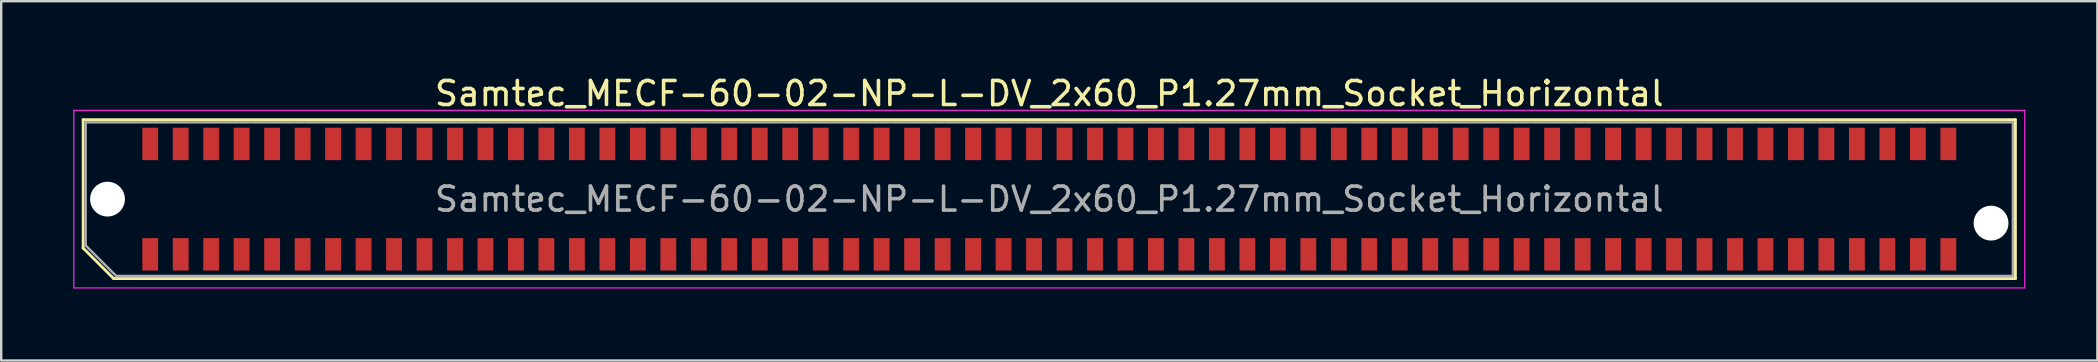
<source format=kicad_pcb>
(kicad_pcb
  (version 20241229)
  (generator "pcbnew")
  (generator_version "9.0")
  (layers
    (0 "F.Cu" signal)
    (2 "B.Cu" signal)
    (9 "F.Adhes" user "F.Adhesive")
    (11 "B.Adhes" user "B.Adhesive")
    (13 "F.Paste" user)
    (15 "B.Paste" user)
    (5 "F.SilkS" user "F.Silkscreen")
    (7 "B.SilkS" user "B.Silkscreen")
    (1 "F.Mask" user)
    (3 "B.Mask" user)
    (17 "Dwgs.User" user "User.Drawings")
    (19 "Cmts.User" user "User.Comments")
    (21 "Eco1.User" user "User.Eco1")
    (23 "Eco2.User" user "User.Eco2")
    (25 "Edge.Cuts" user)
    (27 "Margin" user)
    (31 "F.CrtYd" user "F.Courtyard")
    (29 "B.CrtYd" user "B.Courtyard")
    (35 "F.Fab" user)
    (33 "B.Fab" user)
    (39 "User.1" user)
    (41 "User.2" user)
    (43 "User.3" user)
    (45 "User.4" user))
  (footprint "Samtec_MECF-60-02-NP-L-DV_2x60_P1.27mm_Socket_Horizontal"
    (layer "F.Cu")
    (at 40.675 5.248)
    (property "Reference" "Samtec_MECF-60-02-NP-L-DV_2x60_P1.27mm_Socket_Horizontal" (at 0 -4.4 0) (layer "F.SilkS") (effects (font (size 1 1) (thickness 0.15))))
    (attr smd)
    (fp_line (start -40.26 -3.31) (end 40.26 -3.31) (stroke (width 0.12) (type solid)) (layer "F.SilkS"))
    (fp_line (start -40.26 2.04) (end -40.26 -3.31) (stroke (width 0.12) (type solid)) (layer "F.SilkS"))
    (fp_line (start -38.99 3.31) (end -40.26 2.04) (stroke (width 0.12) (type solid)) (layer "F.SilkS"))
    (fp_line (start -38.99 3.31) (end 40.26 3.31) (stroke (width 0.12) (type solid)) (layer "F.SilkS"))
    (fp_line (start 40.26 3.31) (end 40.26 -3.31) (stroke (width 0.12) (type solid)) (layer "F.SilkS"))
    (fp_line (start -40.65 -3.7) (end -40.65 3.7) (stroke (width 0.05) (type solid)) (layer "F.CrtYd"))
    (fp_line (start -40.65 3.7) (end 40.65 3.7) (stroke (width 0.05) (type solid)) (layer "F.CrtYd"))
    (fp_line (start 40.65 -3.7) (end -40.65 -3.7) (stroke (width 0.05) (type solid)) (layer "F.CrtYd"))
    (fp_line (start 40.65 3.7) (end 40.65 -3.7) (stroke (width 0.05) (type solid)) (layer "F.CrtYd"))
    (fp_line (start -40.155 -3.2) (end 40.155 -3.2) (stroke (width 0.1) (type solid)) (layer "F.Fab"))
    (fp_line (start -40.155 1.93) (end -40.155 -3.2) (stroke (width 0.1) (type solid)) (layer "F.Fab"))
    (fp_line (start -40.155 1.93) (end -38.885 3.2) (stroke (width 0.1) (type solid)) (layer "F.Fab"))
    (fp_line (start -38.885 3.2) (end 40.155 3.2) (stroke (width 0.1) (type solid)) (layer "F.Fab"))
    (fp_line (start 40.155 3.2) (end 40.155 -3.2) (stroke (width 0.1) (type solid)) (layer "F.Fab"))
    (fp_text user "${REFERENCE}" (at 0 0 0) (layer "F.Fab") (effects (font (size 1 1) (thickness 0.15))))
    (pad "" np_thru_hole circle (at -39.245 0) (size 1.45 1.45) (drill 1.45) (layers "*.Cu" "*.Mask"))
    (pad "" np_thru_hole circle (at 39.245 1) (size 1.45 1.45) (drill 1.45) (layers "*.Cu" "*.Mask"))
    (pad "1" smd rect (at -37.465 2.3) (size 0.66 1.35) (layers "F.Cu" "F.Mask" "F.Paste"))
    (pad "2" smd rect (at -37.465 -2.3) (size 0.66 1.35) (layers "F.Cu" "F.Mask" "F.Paste"))
    (pad "3" smd rect (at -36.195 2.3) (size 0.66 1.35) (layers "F.Cu" "F.Mask" "F.Paste"))
    (pad "4" smd rect (at -36.195 -2.3) (size 0.66 1.35) (layers "F.Cu" "F.Mask" "F.Paste"))
    (pad "5" smd rect (at -34.925 2.3) (size 0.66 1.35) (layers "F.Cu" "F.Mask" "F.Paste"))
    (pad "6" smd rect (at -34.925 -2.3) (size 0.66 1.35) (layers "F.Cu" "F.Mask" "F.Paste"))
    (pad "7" smd rect (at -33.655 2.3) (size 0.66 1.35) (layers "F.Cu" "F.Mask" "F.Paste"))
    (pad "8" smd rect (at -33.655 -2.3) (size 0.66 1.35) (layers "F.Cu" "F.Mask" "F.Paste"))
    (pad "9" smd rect (at -32.385 2.3) (size 0.66 1.35) (layers "F.Cu" "F.Mask" "F.Paste"))
    (pad "10" smd rect (at -32.385 -2.3) (size 0.66 1.35) (layers "F.Cu" "F.Mask" "F.Paste"))
    (pad "11" smd rect (at -31.115 2.3) (size 0.66 1.35) (layers "F.Cu" "F.Mask" "F.Paste"))
    (pad "12" smd rect (at -31.115 -2.3) (size 0.66 1.35) (layers "F.Cu" "F.Mask" "F.Paste"))
    (pad "13" smd rect (at -29.845 2.3) (size 0.66 1.35) (layers "F.Cu" "F.Mask" "F.Paste"))
    (pad "14" smd rect (at -29.845 -2.3) (size 0.66 1.35) (layers "F.Cu" "F.Mask" "F.Paste"))
    (pad "15" smd rect (at -28.575 2.3) (size 0.66 1.35) (layers "F.Cu" "F.Mask" "F.Paste"))
    (pad "16" smd rect (at -28.575 -2.3) (size 0.66 1.35) (layers "F.Cu" "F.Mask" "F.Paste"))
    (pad "17" smd rect (at -27.305 2.3) (size 0.66 1.35) (layers "F.Cu" "F.Mask" "F.Paste"))
    (pad "18" smd rect (at -27.305 -2.3) (size 0.66 1.35) (layers "F.Cu" "F.Mask" "F.Paste"))
    (pad "19" smd rect (at -26.035 2.3) (size 0.66 1.35) (layers "F.Cu" "F.Mask" "F.Paste"))
    (pad "20" smd rect (at -26.035 -2.3) (size 0.66 1.35) (layers "F.Cu" "F.Mask" "F.Paste"))
    (pad "21" smd rect (at -24.765 2.3) (size 0.66 1.35) (layers "F.Cu" "F.Mask" "F.Paste"))
    (pad "22" smd rect (at -24.765 -2.3) (size 0.66 1.35) (layers "F.Cu" "F.Mask" "F.Paste"))
    (pad "23" smd rect (at -23.495 2.3) (size 0.66 1.35) (layers "F.Cu" "F.Mask" "F.Paste"))
    (pad "24" smd rect (at -23.495 -2.3) (size 0.66 1.35) (layers "F.Cu" "F.Mask" "F.Paste"))
    (pad "25" smd rect (at -22.225 2.3) (size 0.66 1.35) (layers "F.Cu" "F.Mask" "F.Paste"))
    (pad "26" smd rect (at -22.225 -2.3) (size 0.66 1.35) (layers "F.Cu" "F.Mask" "F.Paste"))
    (pad "27" smd rect (at -20.955 2.3) (size 0.66 1.35) (layers "F.Cu" "F.Mask" "F.Paste"))
    (pad "28" smd rect (at -20.955 -2.3) (size 0.66 1.35) (layers "F.Cu" "F.Mask" "F.Paste"))
    (pad "29" smd rect (at -19.685 2.3) (size 0.66 1.35) (layers "F.Cu" "F.Mask" "F.Paste"))
    (pad "30" smd rect (at -19.685 -2.3) (size 0.66 1.35) (layers "F.Cu" "F.Mask" "F.Paste"))
    (pad "31" smd rect (at -18.415 2.3) (size 0.66 1.35) (layers "F.Cu" "F.Mask" "F.Paste"))
    (pad "32" smd rect (at -18.415 -2.3) (size 0.66 1.35) (layers "F.Cu" "F.Mask" "F.Paste"))
    (pad "33" smd rect (at -17.145 2.3) (size 0.66 1.35) (layers "F.Cu" "F.Mask" "F.Paste"))
    (pad "34" smd rect (at -17.145 -2.3) (size 0.66 1.35) (layers "F.Cu" "F.Mask" "F.Paste"))
    (pad "35" smd rect (at -15.875 2.3) (size 0.66 1.35) (layers "F.Cu" "F.Mask" "F.Paste"))
    (pad "36" smd rect (at -15.875 -2.3) (size 0.66 1.35) (layers "F.Cu" "F.Mask" "F.Paste"))
    (pad "37" smd rect (at -14.605 2.3) (size 0.66 1.35) (layers "F.Cu" "F.Mask" "F.Paste"))
    (pad "38" smd rect (at -14.605 -2.3) (size 0.66 1.35) (layers "F.Cu" "F.Mask" "F.Paste"))
    (pad "39" smd rect (at -13.335 2.3) (size 0.66 1.35) (layers "F.Cu" "F.Mask" "F.Paste"))
    (pad "40" smd rect (at -13.335 -2.3) (size 0.66 1.35) (layers "F.Cu" "F.Mask" "F.Paste"))
    (pad "41" smd rect (at -12.065 2.3) (size 0.66 1.35) (layers "F.Cu" "F.Mask" "F.Paste"))
    (pad "42" smd rect (at -12.065 -2.3) (size 0.66 1.35) (layers "F.Cu" "F.Mask" "F.Paste"))
    (pad "43" smd rect (at -10.795 2.3) (size 0.66 1.35) (layers "F.Cu" "F.Mask" "F.Paste"))
    (pad "44" smd rect (at -10.795 -2.3) (size 0.66 1.35) (layers "F.Cu" "F.Mask" "F.Paste"))
    (pad "45" smd rect (at -9.525 2.3) (size 0.66 1.35) (layers "F.Cu" "F.Mask" "F.Paste"))
    (pad "46" smd rect (at -9.525 -2.3) (size 0.66 1.35) (layers "F.Cu" "F.Mask" "F.Paste"))
    (pad "47" smd rect (at -8.255 2.3) (size 0.66 1.35) (layers "F.Cu" "F.Mask" "F.Paste"))
    (pad "48" smd rect (at -8.255 -2.3) (size 0.66 1.35) (layers "F.Cu" "F.Mask" "F.Paste"))
    (pad "49" smd rect (at -6.985 2.3) (size 0.66 1.35) (layers "F.Cu" "F.Mask" "F.Paste"))
    (pad "50" smd rect (at -6.985 -2.3) (size 0.66 1.35) (layers "F.Cu" "F.Mask" "F.Paste"))
    (pad "51" smd rect (at -5.715 2.3) (size 0.66 1.35) (layers "F.Cu" "F.Mask" "F.Paste"))
    (pad "52" smd rect (at -5.715 -2.3) (size 0.66 1.35) (layers "F.Cu" "F.Mask" "F.Paste"))
    (pad "53" smd rect (at -4.445 2.3) (size 0.66 1.35) (layers "F.Cu" "F.Mask" "F.Paste"))
    (pad "54" smd rect (at -4.445 -2.3) (size 0.66 1.35) (layers "F.Cu" "F.Mask" "F.Paste"))
    (pad "55" smd rect (at -3.175 2.3) (size 0.66 1.35) (layers "F.Cu" "F.Mask" "F.Paste"))
    (pad "56" smd rect (at -3.175 -2.3) (size 0.66 1.35) (layers "F.Cu" "F.Mask" "F.Paste"))
    (pad "57" smd rect (at -1.905 2.3) (size 0.66 1.35) (layers "F.Cu" "F.Mask" "F.Paste"))
    (pad "58" smd rect (at -1.905 -2.3) (size 0.66 1.35) (layers "F.Cu" "F.Mask" "F.Paste"))
    (pad "59" smd rect (at -0.635 2.3) (size 0.66 1.35) (layers "F.Cu" "F.Mask" "F.Paste"))
    (pad "60" smd rect (at -0.635 -2.3) (size 0.66 1.35) (layers "F.Cu" "F.Mask" "F.Paste"))
    (pad "61" smd rect (at 0.635 2.3) (size 0.66 1.35) (layers "F.Cu" "F.Mask" "F.Paste"))
    (pad "62" smd rect (at 0.635 -2.3) (size 0.66 1.35) (layers "F.Cu" "F.Mask" "F.Paste"))
    (pad "63" smd rect (at 1.905 2.3) (size 0.66 1.35) (layers "F.Cu" "F.Mask" "F.Paste"))
    (pad "64" smd rect (at 1.905 -2.3) (size 0.66 1.35) (layers "F.Cu" "F.Mask" "F.Paste"))
    (pad "65" smd rect (at 3.175 2.3) (size 0.66 1.35) (layers "F.Cu" "F.Mask" "F.Paste"))
    (pad "66" smd rect (at 3.175 -2.3) (size 0.66 1.35) (layers "F.Cu" "F.Mask" "F.Paste"))
    (pad "67" smd rect (at 4.445 2.3) (size 0.66 1.35) (layers "F.Cu" "F.Mask" "F.Paste"))
    (pad "68" smd rect (at 4.445 -2.3) (size 0.66 1.35) (layers "F.Cu" "F.Mask" "F.Paste"))
    (pad "69" smd rect (at 5.715 2.3) (size 0.66 1.35) (layers "F.Cu" "F.Mask" "F.Paste"))
    (pad "70" smd rect (at 5.715 -2.3) (size 0.66 1.35) (layers "F.Cu" "F.Mask" "F.Paste"))
    (pad "71" smd rect (at 6.985 2.3) (size 0.66 1.35) (layers "F.Cu" "F.Mask" "F.Paste"))
    (pad "72" smd rect (at 6.985 -2.3) (size 0.66 1.35) (layers "F.Cu" "F.Mask" "F.Paste"))
    (pad "73" smd rect (at 8.255 2.3) (size 0.66 1.35) (layers "F.Cu" "F.Mask" "F.Paste"))
    (pad "74" smd rect (at 8.255 -2.3) (size 0.66 1.35) (layers "F.Cu" "F.Mask" "F.Paste"))
    (pad "75" smd rect (at 9.525 2.3) (size 0.66 1.35) (layers "F.Cu" "F.Mask" "F.Paste"))
    (pad "76" smd rect (at 9.525 -2.3) (size 0.66 1.35) (layers "F.Cu" "F.Mask" "F.Paste"))
    (pad "77" smd rect (at 10.795 2.3) (size 0.66 1.35) (layers "F.Cu" "F.Mask" "F.Paste"))
    (pad "78" smd rect (at 10.795 -2.3) (size 0.66 1.35) (layers "F.Cu" "F.Mask" "F.Paste"))
    (pad "79" smd rect (at 12.065 2.3) (size 0.66 1.35) (layers "F.Cu" "F.Mask" "F.Paste"))
    (pad "80" smd rect (at 12.065 -2.3) (size 0.66 1.35) (layers "F.Cu" "F.Mask" "F.Paste"))
    (pad "81" smd rect (at 13.335 2.3) (size 0.66 1.35) (layers "F.Cu" "F.Mask" "F.Paste"))
    (pad "82" smd rect (at 13.335 -2.3) (size 0.66 1.35) (layers "F.Cu" "F.Mask" "F.Paste"))
    (pad "83" smd rect (at 14.605 2.3) (size 0.66 1.35) (layers "F.Cu" "F.Mask" "F.Paste"))
    (pad "84" smd rect (at 14.605 -2.3) (size 0.66 1.35) (layers "F.Cu" "F.Mask" "F.Paste"))
    (pad "85" smd rect (at 15.875 2.3) (size 0.66 1.35) (layers "F.Cu" "F.Mask" "F.Paste"))
    (pad "86" smd rect (at 15.875 -2.3) (size 0.66 1.35) (layers "F.Cu" "F.Mask" "F.Paste"))
    (pad "87" smd rect (at 17.145 2.3) (size 0.66 1.35) (layers "F.Cu" "F.Mask" "F.Paste"))
    (pad "88" smd rect (at 17.145 -2.3) (size 0.66 1.35) (layers "F.Cu" "F.Mask" "F.Paste"))
    (pad "89" smd rect (at 18.415 2.3) (size 0.66 1.35) (layers "F.Cu" "F.Mask" "F.Paste"))
    (pad "90" smd rect (at 18.415 -2.3) (size 0.66 1.35) (layers "F.Cu" "F.Mask" "F.Paste"))
    (pad "91" smd rect (at 19.685 2.3) (size 0.66 1.35) (layers "F.Cu" "F.Mask" "F.Paste"))
    (pad "92" smd rect (at 19.685 -2.3) (size 0.66 1.35) (layers "F.Cu" "F.Mask" "F.Paste"))
    (pad "93" smd rect (at 20.955 2.3) (size 0.66 1.35) (layers "F.Cu" "F.Mask" "F.Paste"))
    (pad "94" smd rect (at 20.955 -2.3) (size 0.66 1.35) (layers "F.Cu" "F.Mask" "F.Paste"))
    (pad "95" smd rect (at 22.225 2.3) (size 0.66 1.35) (layers "F.Cu" "F.Mask" "F.Paste"))
    (pad "96" smd rect (at 22.225 -2.3) (size 0.66 1.35) (layers "F.Cu" "F.Mask" "F.Paste"))
    (pad "97" smd rect (at 23.495 2.3) (size 0.66 1.35) (layers "F.Cu" "F.Mask" "F.Paste"))
    (pad "98" smd rect (at 23.495 -2.3) (size 0.66 1.35) (layers "F.Cu" "F.Mask" "F.Paste"))
    (pad "99" smd rect (at 24.765 2.3) (size 0.66 1.35) (layers "F.Cu" "F.Mask" "F.Paste"))
    (pad "100" smd rect (at 24.765 -2.3) (size 0.66 1.35) (layers "F.Cu" "F.Mask" "F.Paste"))
    (pad "101" smd rect (at 26.035 2.3) (size 0.66 1.35) (layers "F.Cu" "F.Mask" "F.Paste"))
    (pad "102" smd rect (at 26.035 -2.3) (size 0.66 1.35) (layers "F.Cu" "F.Mask" "F.Paste"))
    (pad "103" smd rect (at 27.305 2.3) (size 0.66 1.35) (layers "F.Cu" "F.Mask" "F.Paste"))
    (pad "104" smd rect (at 27.305 -2.3) (size 0.66 1.35) (layers "F.Cu" "F.Mask" "F.Paste"))
    (pad "105" smd rect (at 28.575 2.3) (size 0.66 1.35) (layers "F.Cu" "F.Mask" "F.Paste"))
    (pad "106" smd rect (at 28.575 -2.3) (size 0.66 1.35) (layers "F.Cu" "F.Mask" "F.Paste"))
    (pad "107" smd rect (at 29.845 2.3) (size 0.66 1.35) (layers "F.Cu" "F.Mask" "F.Paste"))
    (pad "108" smd rect (at 29.845 -2.3) (size 0.66 1.35) (layers "F.Cu" "F.Mask" "F.Paste"))
    (pad "109" smd rect (at 31.115 2.3) (size 0.66 1.35) (layers "F.Cu" "F.Mask" "F.Paste"))
    (pad "110" smd rect (at 31.115 -2.3) (size 0.66 1.35) (layers "F.Cu" "F.Mask" "F.Paste"))
    (pad "111" smd rect (at 32.385 2.3) (size 0.66 1.35) (layers "F.Cu" "F.Mask" "F.Paste"))
    (pad "112" smd rect (at 32.385 -2.3) (size 0.66 1.35) (layers "F.Cu" "F.Mask" "F.Paste"))
    (pad "113" smd rect (at 33.655 2.3) (size 0.66 1.35) (layers "F.Cu" "F.Mask" "F.Paste"))
    (pad "114" smd rect (at 33.655 -2.3) (size 0.66 1.35) (layers "F.Cu" "F.Mask" "F.Paste"))
    (pad "115" smd rect (at 34.925 2.3) (size 0.66 1.35) (layers "F.Cu" "F.Mask" "F.Paste"))
    (pad "116" smd rect (at 34.925 -2.3) (size 0.66 1.35) (layers "F.Cu" "F.Mask" "F.Paste"))
    (pad "117" smd rect (at 36.195 2.3) (size 0.66 1.35) (layers "F.Cu" "F.Mask" "F.Paste"))
    (pad "118" smd rect (at 36.195 -2.3) (size 0.66 1.35) (layers "F.Cu" "F.Mask" "F.Paste"))
    (pad "119" smd rect (at 37.465 2.3) (size 0.66 1.35) (layers "F.Cu" "F.Mask" "F.Paste"))
    (pad "120" smd rect (at 37.465 -2.3) (size 0.66 1.35) (layers "F.Cu" "F.Mask" "F.Paste")))
  (gr_rect
    (start -3 -3)
    (end 84.35 11.973)
    (stroke (width 0.1) (type default))
    (fill no)
    (layer "Edge.Cuts")))
</source>
